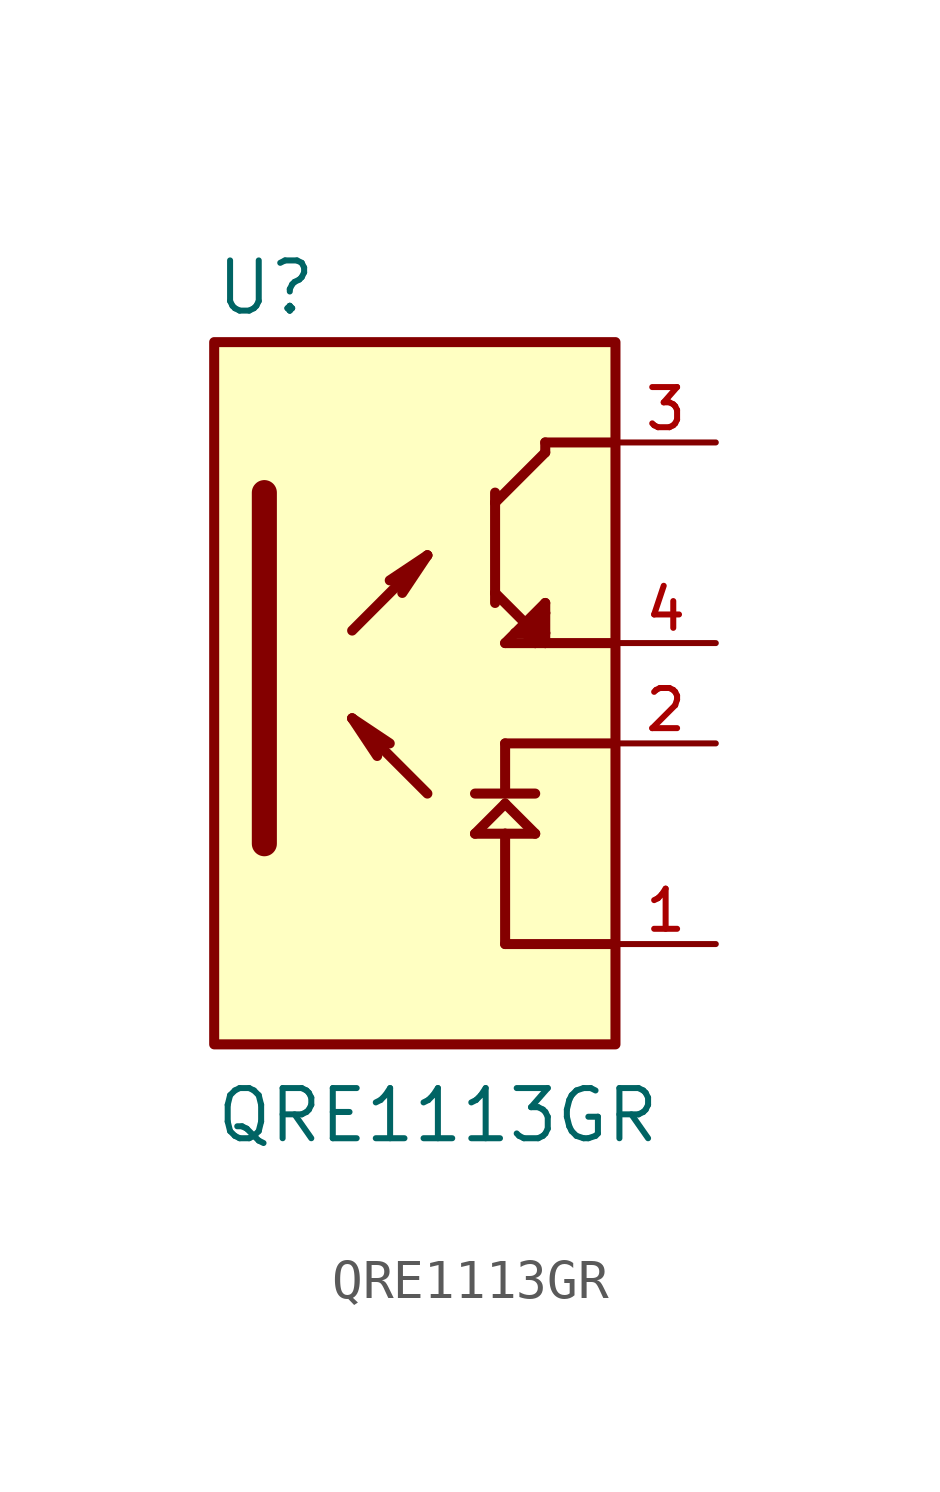
<source format=kicad_sym>
(kicad_symbol_lib
  (version 20211014)
  (generator kicad_symbol_editor)
  (symbol "QRE1113GR"
    (pin_names
      (offset 1.016))
    (property "Reference" "U"
      (at -5.08 10.795 0)
      (effects (font (size 1.27 1.27)) (justify left bottom)))
    (property "Value" "QRE1113GR"
      (at -5.08 -10.16 0)
      (effects (font (size 1.27 1.27)) (justify left bottom)))
    (symbol "QRE1113GR_0_0"
      (rectangle (start -5.08 -7.62) (end 5.08 10.16) (stroke (width 0.254) (type default) (color 0 0 0 0)) (fill (type background)))
      (polyline (pts (xy -3.81 6.35) (xy -3.81 -2.54)) (stroke (width 0.635) (type default) (color 0 0 0 0)) (fill (type none)))
      (polyline (pts (xy -1.587 0.635) (xy -0.953 -0.318)) (stroke (width 0.254) (type default) (color 0 0 0 0)) (fill (type none)))
      (polyline (pts (xy -1.587 0.635) (xy -0.635 0)) (stroke (width 0.254) (type default) (color 0 0 0 0)) (fill (type none)))
      (polyline (pts (xy -1.587 2.857) (xy 0.318 4.763)) (stroke (width 0.254) (type default) (color 0 0 0 0)) (fill (type none)))
      (polyline (pts (xy 0.318 -1.27) (xy -1.587 0.635)) (stroke (width 0.254) (type default) (color 0 0 0 0)) (fill (type none)))
      (polyline (pts (xy 0.318 4.763) (xy -0.635 4.128)) (stroke (width 0.254) (type default) (color 0 0 0 0)) (fill (type none)))
      (polyline (pts (xy 0.318 4.763) (xy -0.318 3.81)) (stroke (width 0.254) (type default) (color 0 0 0 0)) (fill (type none)))
      (polyline (pts (xy 2.032 3.81) (xy 2.032 3.556)) (stroke (width 0.254) (type default) (color 0 0 0 0)) (fill (type none)))
      (polyline (pts (xy 2.032 3.81) (xy 3.302 2.54)) (stroke (width 0.254) (type default) (color 0 0 0 0)) (fill (type none)))
      (polyline (pts (xy 2.032 6.096) (xy 2.032 3.81)) (stroke (width 0.254) (type default) (color 0 0 0 0)) (fill (type none)))
      (polyline (pts (xy 2.032 6.096) (xy 2.032 6.35)) (stroke (width 0.254) (type default) (color 0 0 0 0)) (fill (type none)))
      (polyline (pts (xy 2.286 -5.08) (xy 2.286 -2.286)) (stroke (width 0.254) (type default) (color 0 0 0 0)) (fill (type none)))
      (polyline (pts (xy 2.286 -2.286) (xy 1.524 -2.286)) (stroke (width 0.254) (type default) (color 0 0 0 0)) (fill (type none)))
      (polyline (pts (xy 2.286 -2.286) (xy 3.048 -2.286)) (stroke (width 0.254) (type default) (color 0 0 0 0)) (fill (type none)))
      (polyline (pts (xy 2.286 -1.524) (xy 1.524 -2.286)) (stroke (width 0.254) (type default) (color 0 0 0 0)) (fill (type none)))
      (polyline (pts (xy 2.286 -1.27) (xy 2.286 0)) (stroke (width 0.254) (type default) (color 0 0 0 0)) (fill (type none)))
      (polyline (pts (xy 2.286 0) (xy 5.08 0)) (stroke (width 0.254) (type default) (color 0 0 0 0)) (fill (type none)))
      (polyline (pts (xy 2.286 2.54) (xy 3.048 2.54)) (stroke (width 0.254) (type default) (color 0 0 0 0)) (fill (type none)))
      (polyline (pts (xy 2.54 2.794) (xy 2.286 2.54)) (stroke (width 0.254) (type default) (color 0 0 0 0)) (fill (type none)))
      (polyline (pts (xy 2.54 2.794) (xy 2.794 2.794)) (stroke (width 0.254) (type default) (color 0 0 0 0)) (fill (type none)))
      (polyline (pts (xy 2.794 2.794) (xy 3.048 2.54)) (stroke (width 0.254) (type default) (color 0 0 0 0)) (fill (type none)))
      (polyline (pts (xy 3.048 -2.286) (xy 2.286 -1.524)) (stroke (width 0.254) (type default) (color 0 0 0 0)) (fill (type none)))
      (polyline (pts (xy 3.048 -1.27) (xy 1.524 -1.27)) (stroke (width 0.254) (type default) (color 0 0 0 0)) (fill (type none)))
      (polyline (pts (xy 3.048 2.54) (xy 3.048 3.048)) (stroke (width 0.254) (type default) (color 0 0 0 0)) (fill (type none)))
      (polyline (pts (xy 3.048 2.54) (xy 3.302 2.54)) (stroke (width 0.254) (type default) (color 0 0 0 0)) (fill (type none)))
      (polyline (pts (xy 3.048 3.048) (xy 2.794 2.794)) (stroke (width 0.254) (type default) (color 0 0 0 0)) (fill (type none)))
      (polyline (pts (xy 3.048 3.048) (xy 3.302 3.302)) (stroke (width 0.254) (type default) (color 0 0 0 0)) (fill (type none)))
      (polyline (pts (xy 3.302 2.54) (xy 3.302 2.794)) (stroke (width 0.254) (type default) (color 0 0 0 0)) (fill (type none)))
      (polyline (pts (xy 3.302 2.54) (xy 5.08 2.54)) (stroke (width 0.254) (type default) (color 0 0 0 0)) (fill (type none)))
      (polyline (pts (xy 3.302 2.794) (xy 3.048 3.048)) (stroke (width 0.254) (type default) (color 0 0 0 0)) (fill (type none)))
      (polyline (pts (xy 3.302 2.794) (xy 3.302 3.302)) (stroke (width 0.254) (type default) (color 0 0 0 0)) (fill (type none)))
      (polyline (pts (xy 3.302 3.302) (xy 3.302 3.556)) (stroke (width 0.254) (type default) (color 0 0 0 0)) (fill (type none)))
      (polyline (pts (xy 3.302 3.556) (xy 2.54 2.794)) (stroke (width 0.254) (type default) (color 0 0 0 0)) (fill (type none)))
      (polyline (pts (xy 3.302 7.366) (xy 2.032 6.096)) (stroke (width 0.254) (type default) (color 0 0 0 0)) (fill (type none)))
      (polyline (pts (xy 3.302 7.62) (xy 3.302 7.366)) (stroke (width 0.254) (type default) (color 0 0 0 0)) (fill (type none)))
      (polyline (pts (xy 5.08 -5.08) (xy 2.286 -5.08)) (stroke (width 0.254) (type default) (color 0 0 0 0)) (fill (type none)))
      (polyline (pts (xy 5.08 7.62) (xy 3.302 7.62)) (stroke (width 0.254) (type default) (color 0 0 0 0)) (fill (type none)))
      (pin passive line (at 7.62 -5.08 180) (length 2.54) (name "~" (effects (font (size 1.016 1.016)))) (number "1" (effects (font (size 1.016 1.016)))))
      (pin passive line (at 7.62 0 180) (length 2.54) (name "~" (effects (font (size 1.016 1.016)))) (number "2" (effects (font (size 1.016 1.016)))))
      (pin passive line (at 7.62 7.62 180) (length 2.54) (name "~" (effects (font (size 1.016 1.016)))) (number "3" (effects (font (size 1.016 1.016)))))
      (pin passive line (at 7.62 2.54 180) (length 2.54) (name "~" (effects (font (size 1.016 1.016)))) (number "4" (effects (font (size 1.016 1.016))))))))
</source>
